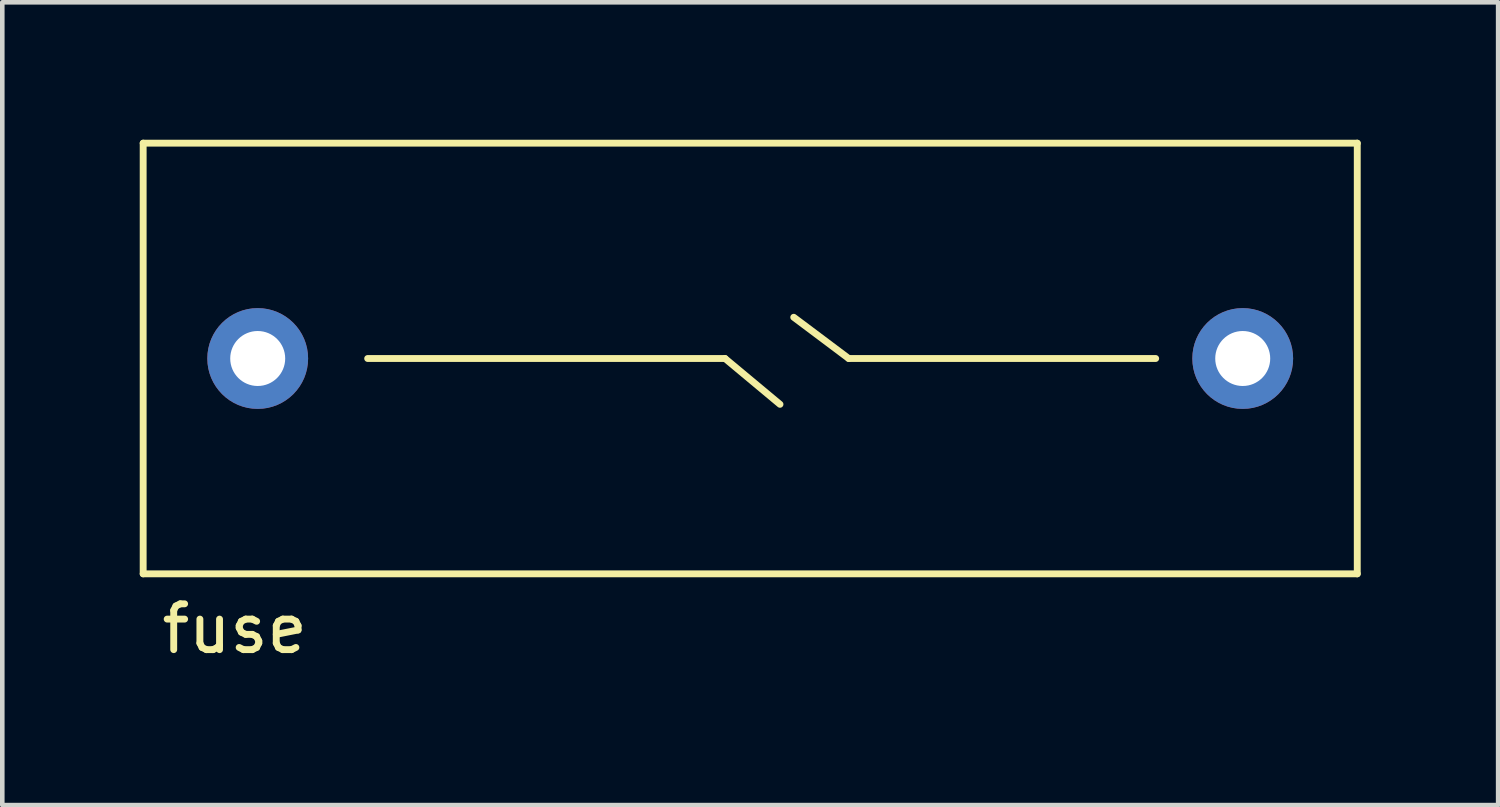
<source format=kicad_pcb>
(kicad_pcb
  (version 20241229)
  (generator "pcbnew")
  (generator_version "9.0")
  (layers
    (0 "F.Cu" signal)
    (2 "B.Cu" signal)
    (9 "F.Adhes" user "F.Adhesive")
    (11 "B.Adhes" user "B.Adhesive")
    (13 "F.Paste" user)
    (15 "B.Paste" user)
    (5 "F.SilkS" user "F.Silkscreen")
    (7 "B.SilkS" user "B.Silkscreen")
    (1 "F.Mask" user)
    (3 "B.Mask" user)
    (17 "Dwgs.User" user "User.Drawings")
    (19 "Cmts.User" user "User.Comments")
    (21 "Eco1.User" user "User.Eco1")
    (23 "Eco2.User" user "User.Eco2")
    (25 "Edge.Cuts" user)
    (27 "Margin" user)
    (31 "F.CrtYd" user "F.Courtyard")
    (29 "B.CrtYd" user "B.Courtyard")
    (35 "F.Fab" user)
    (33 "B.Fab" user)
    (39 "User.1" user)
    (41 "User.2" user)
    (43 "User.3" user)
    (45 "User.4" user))
  (footprint "fuse"
    (layer "F.Cu")
    (at 2.575 4.775)
    (property "Reference" "fuse" (at -0.5 5.9 0) (layer "F.SilkS") (effects (font (size 1 1) (thickness 0.15))))
    (attr through_hole)
    (fp_line (start -2.5 -4.7) (end 24 -4.7) (stroke (width 0.15) (type solid)) (layer "F.SilkS"))
    (fp_line (start -2.5 4.7) (end -2.5 -4.7) (stroke (width 0.15) (type solid)) (layer "F.SilkS"))
    (fp_line (start 2.4 0) (end 10.2 0) (stroke (width 0.15) (type solid)) (layer "F.SilkS"))
    (fp_line (start 10.2 0) (end 11.4 1) (stroke (width 0.15) (type solid)) (layer "F.SilkS"))
    (fp_line (start 11.7 -0.9) (end 12.9 0) (stroke (width 0.15) (type solid)) (layer "F.SilkS"))
    (fp_line (start 12.9 0) (end 19.6 0) (stroke (width 0.15) (type solid)) (layer "F.SilkS"))
    (fp_line (start 24 -4.7) (end 24 4.7) (stroke (width 0.15) (type solid)) (layer "F.SilkS"))
    (fp_line (start 24 4.7) (end -2.5 4.7) (stroke (width 0.15) (type solid)) (layer "F.SilkS"))
    (pad "1" thru_hole circle (at 0 0) (size 2.2 2.2) (drill 1.2) (layers "*.Cu" "*.Mask"))
    (pad "2" thru_hole circle (at 21.5 0) (size 2.2 2.2) (drill 1.2) (layers "*.Cu" "*.Mask")))
  (gr_rect
    (start -3 -3)
    (end 29.65 14.523)
    (stroke (width 0.1) (type default))
    (fill no)
    (layer "Edge.Cuts")))
</source>
